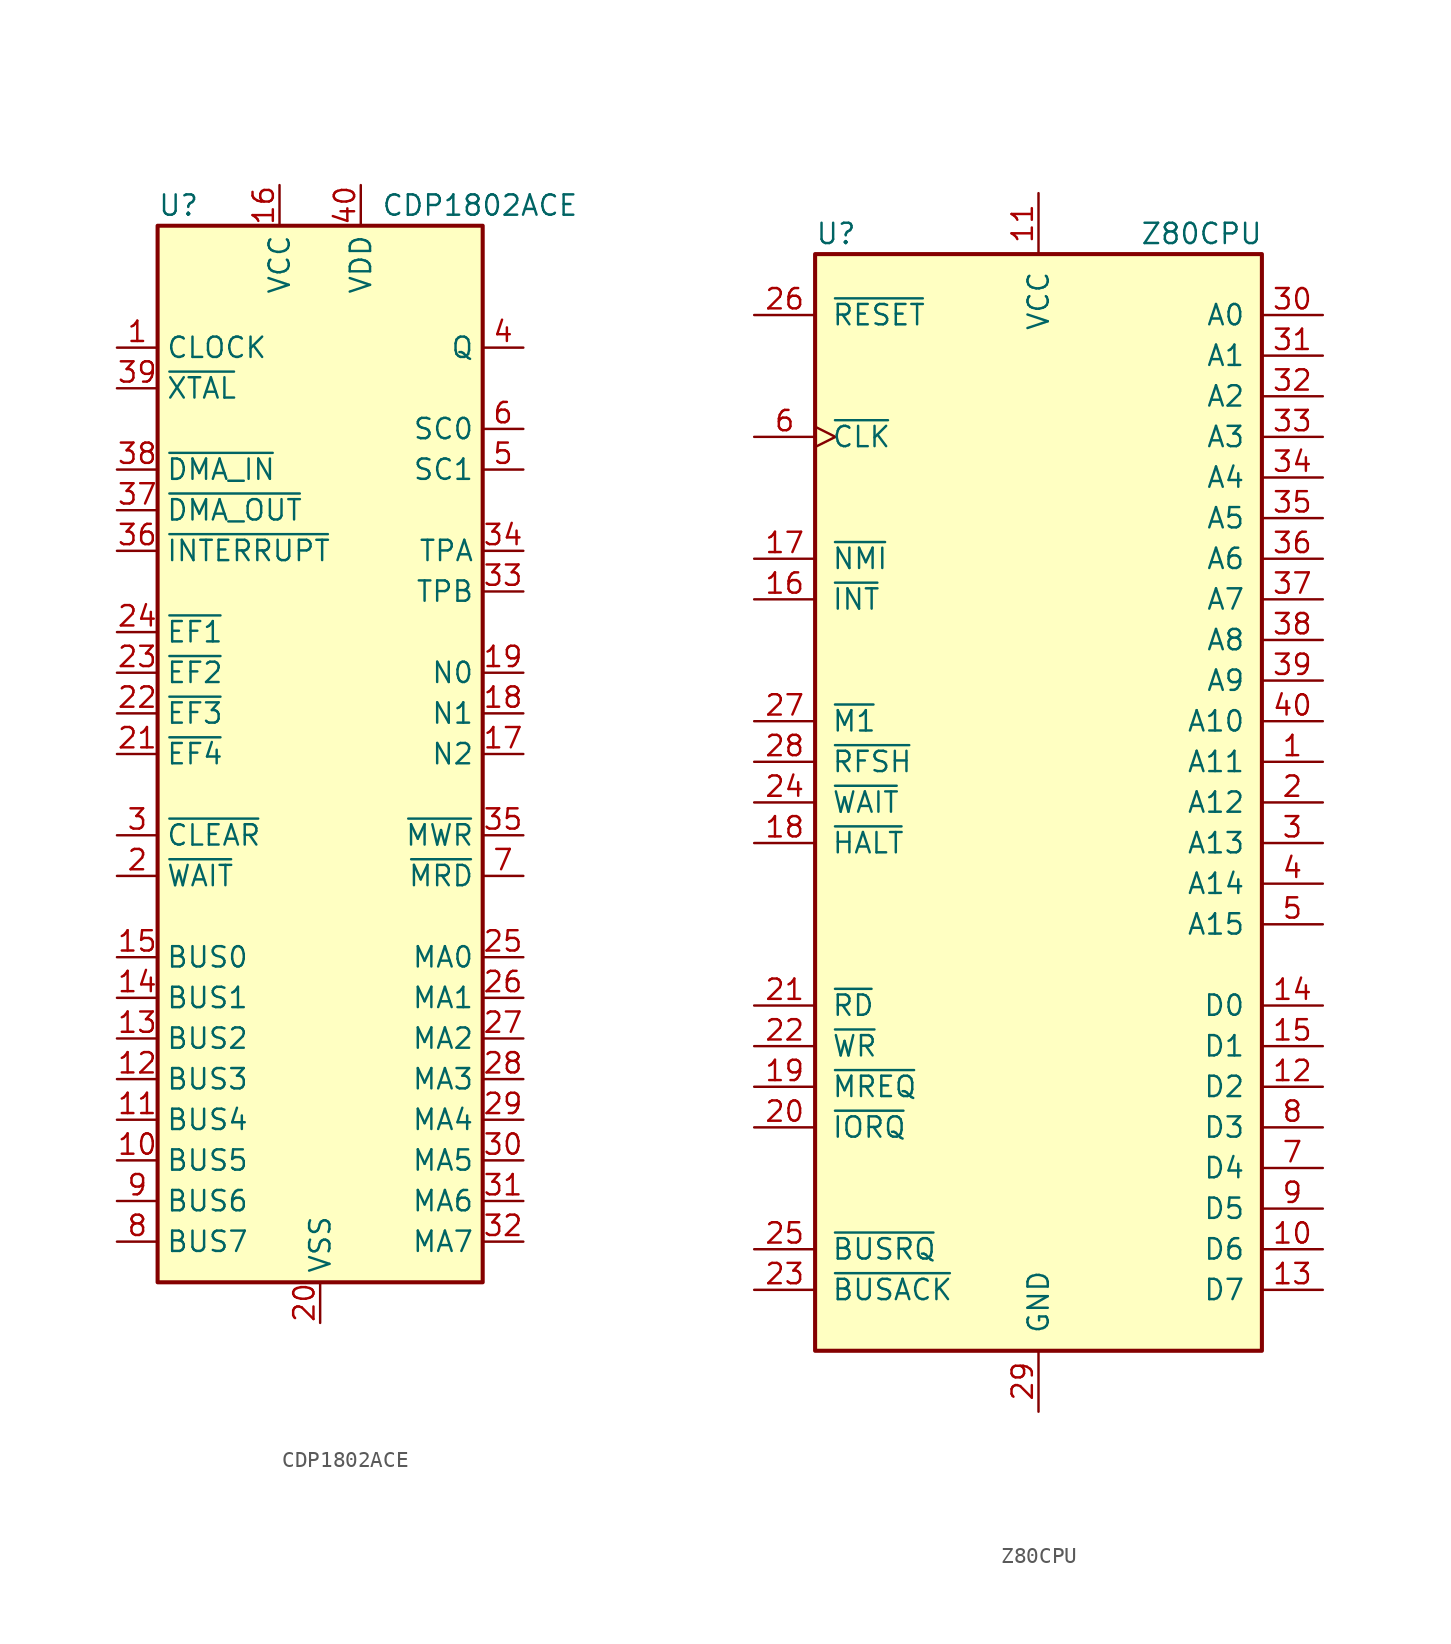
<source format=kicad_sym>
(kicad_symbol_lib
  (version 20201005)
  (generator kicad_symbol_editor)
  (symbol "CPU:CDP1802ACE"
    (property "Reference" "U"
      (at -10.16 34.29 0)
      (effects (font (size 1.27 1.27)) (justify left)))
    (property "Value" "CDP1802ACE"
      (at 3.81 34.29 0)
      (effects (font (size 1.27 1.27)) (justify left)))
    (symbol "CDP1802ACE_0_1"
      (rectangle (start -10.16 33.02) (end 10.16 -33.02) (stroke (width 0.254)) (fill (type background))))
    (symbol "CDP1802ACE_1_1"
      (pin input line (at -12.7 25.4 0) (length 2.54) (name "CLOCK" (effects (font (size 1.27 1.27)))) (number "1" (effects (font (size 1.27 1.27)))))
      (pin bidirectional line (at -12.7 -25.4 0) (length 2.54) (name "BUS5" (effects (font (size 1.27 1.27)))) (number "10" (effects (font (size 1.27 1.27)))))
      (pin bidirectional line (at -12.7 -22.86 0) (length 2.54) (name "BUS4" (effects (font (size 1.27 1.27)))) (number "11" (effects (font (size 1.27 1.27)))))
      (pin bidirectional line (at -12.7 -20.32 0) (length 2.54) (name "BUS3" (effects (font (size 1.27 1.27)))) (number "12" (effects (font (size 1.27 1.27)))))
      (pin bidirectional line (at -12.7 -17.78 0) (length 2.54) (name "BUS2" (effects (font (size 1.27 1.27)))) (number "13" (effects (font (size 1.27 1.27)))))
      (pin bidirectional line (at -12.7 -15.24 0) (length 2.54) (name "BUS1" (effects (font (size 1.27 1.27)))) (number "14" (effects (font (size 1.27 1.27)))))
      (pin bidirectional line (at -12.7 -12.7 0) (length 2.54) (name "BUS0" (effects (font (size 1.27 1.27)))) (number "15" (effects (font (size 1.27 1.27)))))
      (pin power_in line (at -2.54 35.56 270) (length 2.54) (name "VCC" (effects (font (size 1.27 1.27)))) (number "16" (effects (font (size 1.27 1.27)))))
      (pin output line (at 12.7 0 180) (length 2.54) (name "N2" (effects (font (size 1.27 1.27)))) (number "17" (effects (font (size 1.27 1.27)))))
      (pin output line (at 12.7 2.54 180) (length 2.54) (name "N1" (effects (font (size 1.27 1.27)))) (number "18" (effects (font (size 1.27 1.27)))))
      (pin output line (at 12.7 5.08 180) (length 2.54) (name "N0" (effects (font (size 1.27 1.27)))) (number "19" (effects (font (size 1.27 1.27)))))
      (pin input line (at -12.7 -7.62 0) (length 2.54) (name "~WAIT" (effects (font (size 1.27 1.27)))) (number "2" (effects (font (size 1.27 1.27)))))
      (pin power_in line (at 0 -35.56 90) (length 2.54) (name "VSS" (effects (font (size 1.27 1.27)))) (number "20" (effects (font (size 1.27 1.27)))))
      (pin input line (at -12.7 0 0) (length 2.54) (name "~EF4" (effects (font (size 1.27 1.27)))) (number "21" (effects (font (size 1.27 1.27)))))
      (pin input line (at -12.7 2.54 0) (length 2.54) (name "~EF3" (effects (font (size 1.27 1.27)))) (number "22" (effects (font (size 1.27 1.27)))))
      (pin input line (at -12.7 5.08 0) (length 2.54) (name "~EF2" (effects (font (size 1.27 1.27)))) (number "23" (effects (font (size 1.27 1.27)))))
      (pin input line (at -12.7 7.62 0) (length 2.54) (name "~EF1" (effects (font (size 1.27 1.27)))) (number "24" (effects (font (size 1.27 1.27)))))
      (pin output line (at 12.7 -12.7 180) (length 2.54) (name "MA0" (effects (font (size 1.27 1.27)))) (number "25" (effects (font (size 1.27 1.27)))))
      (pin output line (at 12.7 -15.24 180) (length 2.54) (name "MA1" (effects (font (size 1.27 1.27)))) (number "26" (effects (font (size 1.27 1.27)))))
      (pin output line (at 12.7 -17.78 180) (length 2.54) (name "MA2" (effects (font (size 1.27 1.27)))) (number "27" (effects (font (size 1.27 1.27)))))
      (pin output line (at 12.7 -20.32 180) (length 2.54) (name "MA3" (effects (font (size 1.27 1.27)))) (number "28" (effects (font (size 1.27 1.27)))))
      (pin output line (at 12.7 -22.86 180) (length 2.54) (name "MA4" (effects (font (size 1.27 1.27)))) (number "29" (effects (font (size 1.27 1.27)))))
      (pin input line (at -12.7 -5.08 0) (length 2.54) (name "~CLEAR" (effects (font (size 1.27 1.27)))) (number "3" (effects (font (size 1.27 1.27)))))
      (pin output line (at 12.7 -25.4 180) (length 2.54) (name "MA5" (effects (font (size 1.27 1.27)))) (number "30" (effects (font (size 1.27 1.27)))))
      (pin output line (at 12.7 -27.94 180) (length 2.54) (name "MA6" (effects (font (size 1.27 1.27)))) (number "31" (effects (font (size 1.27 1.27)))))
      (pin output line (at 12.7 -30.48 180) (length 2.54) (name "MA7" (effects (font (size 1.27 1.27)))) (number "32" (effects (font (size 1.27 1.27)))))
      (pin output line (at 12.7 10.16 180) (length 2.54) (name "TPB" (effects (font (size 1.27 1.27)))) (number "33" (effects (font (size 1.27 1.27)))))
      (pin output line (at 12.7 12.7 180) (length 2.54) (name "TPA" (effects (font (size 1.27 1.27)))) (number "34" (effects (font (size 1.27 1.27)))))
      (pin output line (at 12.7 -5.08 180) (length 2.54) (name "~MWR" (effects (font (size 1.27 1.27)))) (number "35" (effects (font (size 1.27 1.27)))))
      (pin input line (at -12.7 12.7 0) (length 2.54) (name "~INTERRUPT" (effects (font (size 1.27 1.27)))) (number "36" (effects (font (size 1.27 1.27)))))
      (pin input line (at -12.7 15.24 0) (length 2.54) (name "~DMA_OUT" (effects (font (size 1.27 1.27)))) (number "37" (effects (font (size 1.27 1.27)))))
      (pin input line (at -12.7 17.78 0) (length 2.54) (name "~DMA_IN" (effects (font (size 1.27 1.27)))) (number "38" (effects (font (size 1.27 1.27)))))
      (pin output line (at -12.7 22.86 0) (length 2.54) (name "~XTAL" (effects (font (size 1.27 1.27)))) (number "39" (effects (font (size 1.27 1.27)))))
      (pin output line (at 12.7 25.4 180) (length 2.54) (name "Q" (effects (font (size 1.27 1.27)))) (number "4" (effects (font (size 1.27 1.27)))))
      (pin power_in line (at 2.54 35.56 270) (length 2.54) (name "VDD" (effects (font (size 1.27 1.27)))) (number "40" (effects (font (size 1.27 1.27)))))
      (pin output line (at 12.7 17.78 180) (length 2.54) (name "SC1" (effects (font (size 1.27 1.27)))) (number "5" (effects (font (size 1.27 1.27)))))
      (pin output line (at 12.7 20.32 180) (length 2.54) (name "SC0" (effects (font (size 1.27 1.27)))) (number "6" (effects (font (size 1.27 1.27)))))
      (pin output line (at 12.7 -7.62 180) (length 2.54) (name "~MRD" (effects (font (size 1.27 1.27)))) (number "7" (effects (font (size 1.27 1.27)))))
      (pin bidirectional line (at -12.7 -30.48 0) (length 2.54) (name "BUS7" (effects (font (size 1.27 1.27)))) (number "8" (effects (font (size 1.27 1.27)))))
      (pin bidirectional line (at -12.7 -27.94 0) (length 2.54) (name "BUS6" (effects (font (size 1.27 1.27)))) (number "9" (effects (font (size 1.27 1.27)))))))
  (symbol "CPU:Z80CPU"
    (pin_names
      (offset 1.016))
    (property "Reference" "U"
      (at -13.97 35.56 0)
      (effects (font (size 1.27 1.27)) (justify left)))
    (property "Value" "Z80CPU"
      (at 6.35 35.56 0)
      (effects (font (size 1.27 1.27)) (justify left)))
    (symbol "Z80CPU_0_1"
      (rectangle (start -13.97 34.29) (end 13.97 -34.29) (stroke (width 0.254)) (fill (type background))))
    (symbol "Z80CPU_1_1"
      (pin output line (at 17.78 2.54 180) (length 3.81) (name "A11" (effects (font (size 1.27 1.27)))) (number "1" (effects (font (size 1.27 1.27)))))
      (pin bidirectional line (at 17.78 -27.94 180) (length 3.81) (name "D6" (effects (font (size 1.27 1.27)))) (number "10" (effects (font (size 1.27 1.27)))))
      (pin power_in line (at 0 38.1 270) (length 3.81) (name "VCC" (effects (font (size 1.27 1.27)))) (number "11" (effects (font (size 1.27 1.27)))))
      (pin bidirectional line (at 17.78 -17.78 180) (length 3.81) (name "D2" (effects (font (size 1.27 1.27)))) (number "12" (effects (font (size 1.27 1.27)))))
      (pin bidirectional line (at 17.78 -30.48 180) (length 3.81) (name "D7" (effects (font (size 1.27 1.27)))) (number "13" (effects (font (size 1.27 1.27)))))
      (pin bidirectional line (at 17.78 -12.7 180) (length 3.81) (name "D0" (effects (font (size 1.27 1.27)))) (number "14" (effects (font (size 1.27 1.27)))))
      (pin bidirectional line (at 17.78 -15.24 180) (length 3.81) (name "D1" (effects (font (size 1.27 1.27)))) (number "15" (effects (font (size 1.27 1.27)))))
      (pin input line (at -17.78 12.7 0) (length 3.81) (name "~INT~" (effects (font (size 1.27 1.27)))) (number "16" (effects (font (size 1.27 1.27)))))
      (pin input line (at -17.78 15.24 0) (length 3.81) (name "~NMI~" (effects (font (size 1.27 1.27)))) (number "17" (effects (font (size 1.27 1.27)))))
      (pin output line (at -17.78 -2.54 0) (length 3.81) (name "~HALT~" (effects (font (size 1.27 1.27)))) (number "18" (effects (font (size 1.27 1.27)))))
      (pin output line (at -17.78 -17.78 0) (length 3.81) (name "~MREQ~" (effects (font (size 1.27 1.27)))) (number "19" (effects (font (size 1.27 1.27)))))
      (pin output line (at 17.78 0 180) (length 3.81) (name "A12" (effects (font (size 1.27 1.27)))) (number "2" (effects (font (size 1.27 1.27)))))
      (pin output line (at -17.78 -20.32 0) (length 3.81) (name "~IORQ~" (effects (font (size 1.27 1.27)))) (number "20" (effects (font (size 1.27 1.27)))))
      (pin output line (at -17.78 -12.7 0) (length 3.81) (name "~RD~" (effects (font (size 1.27 1.27)))) (number "21" (effects (font (size 1.27 1.27)))))
      (pin output line (at -17.78 -15.24 0) (length 3.81) (name "~WR~" (effects (font (size 1.27 1.27)))) (number "22" (effects (font (size 1.27 1.27)))))
      (pin output line (at -17.78 -30.48 0) (length 3.81) (name "~BUSACK~" (effects (font (size 1.27 1.27)))) (number "23" (effects (font (size 1.27 1.27)))))
      (pin input line (at -17.78 0 0) (length 3.81) (name "~WAIT~" (effects (font (size 1.27 1.27)))) (number "24" (effects (font (size 1.27 1.27)))))
      (pin input line (at -17.78 -27.94 0) (length 3.81) (name "~BUSRQ~" (effects (font (size 1.27 1.27)))) (number "25" (effects (font (size 1.27 1.27)))))
      (pin input line (at -17.78 30.48 0) (length 3.81) (name "~RESET~" (effects (font (size 1.27 1.27)))) (number "26" (effects (font (size 1.27 1.27)))))
      (pin output line (at -17.78 5.08 0) (length 3.81) (name "~M1~" (effects (font (size 1.27 1.27)))) (number "27" (effects (font (size 1.27 1.27)))))
      (pin output line (at -17.78 2.54 0) (length 3.81) (name "~RFSH~" (effects (font (size 1.27 1.27)))) (number "28" (effects (font (size 1.27 1.27)))))
      (pin power_in line (at 0 -38.1 90) (length 3.81) (name "GND" (effects (font (size 1.27 1.27)))) (number "29" (effects (font (size 1.27 1.27)))))
      (pin output line (at 17.78 -2.54 180) (length 3.81) (name "A13" (effects (font (size 1.27 1.27)))) (number "3" (effects (font (size 1.27 1.27)))))
      (pin output line (at 17.78 30.48 180) (length 3.81) (name "A0" (effects (font (size 1.27 1.27)))) (number "30" (effects (font (size 1.27 1.27)))))
      (pin output line (at 17.78 27.94 180) (length 3.81) (name "A1" (effects (font (size 1.27 1.27)))) (number "31" (effects (font (size 1.27 1.27)))))
      (pin output line (at 17.78 25.4 180) (length 3.81) (name "A2" (effects (font (size 1.27 1.27)))) (number "32" (effects (font (size 1.27 1.27)))))
      (pin output line (at 17.78 22.86 180) (length 3.81) (name "A3" (effects (font (size 1.27 1.27)))) (number "33" (effects (font (size 1.27 1.27)))))
      (pin output line (at 17.78 20.32 180) (length 3.81) (name "A4" (effects (font (size 1.27 1.27)))) (number "34" (effects (font (size 1.27 1.27)))))
      (pin output line (at 17.78 17.78 180) (length 3.81) (name "A5" (effects (font (size 1.27 1.27)))) (number "35" (effects (font (size 1.27 1.27)))))
      (pin output line (at 17.78 15.24 180) (length 3.81) (name "A6" (effects (font (size 1.27 1.27)))) (number "36" (effects (font (size 1.27 1.27)))))
      (pin output line (at 17.78 12.7 180) (length 3.81) (name "A7" (effects (font (size 1.27 1.27)))) (number "37" (effects (font (size 1.27 1.27)))))
      (pin output line (at 17.78 10.16 180) (length 3.81) (name "A8" (effects (font (size 1.27 1.27)))) (number "38" (effects (font (size 1.27 1.27)))))
      (pin output line (at 17.78 7.62 180) (length 3.81) (name "A9" (effects (font (size 1.27 1.27)))) (number "39" (effects (font (size 1.27 1.27)))))
      (pin output line (at 17.78 -5.08 180) (length 3.81) (name "A14" (effects (font (size 1.27 1.27)))) (number "4" (effects (font (size 1.27 1.27)))))
      (pin output line (at 17.78 5.08 180) (length 3.81) (name "A10" (effects (font (size 1.27 1.27)))) (number "40" (effects (font (size 1.27 1.27)))))
      (pin output line (at 17.78 -7.62 180) (length 3.81) (name "A15" (effects (font (size 1.27 1.27)))) (number "5" (effects (font (size 1.27 1.27)))))
      (pin input clock (at -17.78 22.86 0) (length 3.81) (name "~CLK~" (effects (font (size 1.27 1.27)))) (number "6" (effects (font (size 1.27 1.27)))))
      (pin bidirectional line (at 17.78 -22.86 180) (length 3.81) (name "D4" (effects (font (size 1.27 1.27)))) (number "7" (effects (font (size 1.27 1.27)))))
      (pin bidirectional line (at 17.78 -20.32 180) (length 3.81) (name "D3" (effects (font (size 1.27 1.27)))) (number "8" (effects (font (size 1.27 1.27)))))
      (pin bidirectional line (at 17.78 -25.4 180) (length 3.81) (name "D5" (effects (font (size 1.27 1.27)))) (number "9" (effects (font (size 1.27 1.27))))))))
</source>
